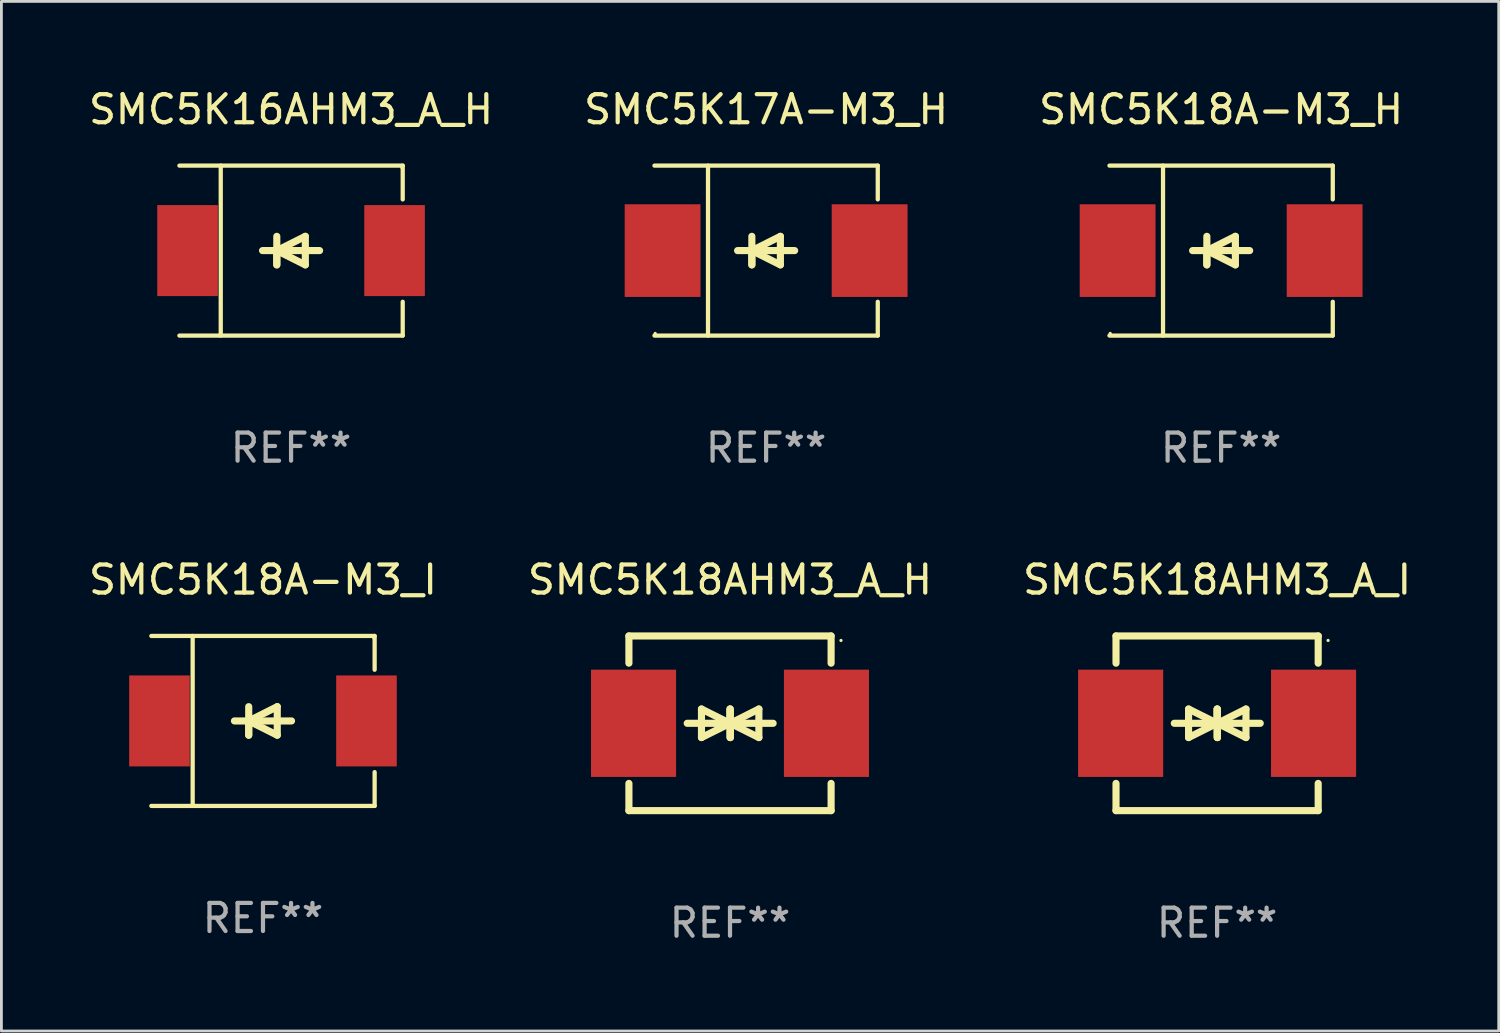
<source format=kicad_pcb>
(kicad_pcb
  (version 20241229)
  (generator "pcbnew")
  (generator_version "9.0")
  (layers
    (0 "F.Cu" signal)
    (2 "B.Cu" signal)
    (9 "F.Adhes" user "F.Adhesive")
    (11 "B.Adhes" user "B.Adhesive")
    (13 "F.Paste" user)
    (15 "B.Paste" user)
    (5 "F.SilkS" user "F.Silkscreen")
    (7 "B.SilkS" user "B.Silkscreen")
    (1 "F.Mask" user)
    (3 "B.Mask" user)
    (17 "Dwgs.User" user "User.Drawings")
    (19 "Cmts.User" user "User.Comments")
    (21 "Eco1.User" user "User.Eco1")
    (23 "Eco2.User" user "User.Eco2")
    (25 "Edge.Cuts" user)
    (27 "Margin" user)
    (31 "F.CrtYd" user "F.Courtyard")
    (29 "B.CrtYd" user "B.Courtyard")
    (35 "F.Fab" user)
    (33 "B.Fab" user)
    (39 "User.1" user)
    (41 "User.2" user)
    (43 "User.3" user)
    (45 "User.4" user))
  (footprint "SMC5K16AHM3_A_H"
    (layer "F.Cu")
    (at 7.315 5.874)
    (property "Reference" "SMC5K16AHM3_A_H" (at 0 -5.026 0) (layer "F.SilkS") (effects (font (size 1 1) (thickness 0.15))))
    (attr through_hole)
    (fp_line (start -3.976 -3.026) (end 3.976 -3.026) (stroke (width 0.152) (type solid)) (layer "F.SilkS"))
    (fp_line (start -3.976 3.026) (end 3.976 3.026) (stroke (width 0.152) (type solid)) (layer "F.SilkS"))
    (fp_line (start -2.504 -3.026) (end -2.504 3.026) (stroke (width 0.152) (type solid)) (layer "F.SilkS"))
    (fp_line (start -0.508 0) (end -0.508 0.508) (stroke (width 0.254) (type solid)) (layer "F.SilkS"))
    (fp_line (start -0.508 0) (end 0.508 0.508) (stroke (width 0.254) (type solid)) (layer "F.SilkS"))
    (fp_line (start -0.508 0.508) (end -0.508 -0.508) (stroke (width 0.254) (type solid)) (layer "F.SilkS"))
    (fp_line (start 0.508 -0.508) (end -0.508 0) (stroke (width 0.254) (type solid)) (layer "F.SilkS"))
    (fp_line (start 0.508 0.508) (end 0.508 -0.508) (stroke (width 0.254) (type solid)) (layer "F.SilkS"))
    (fp_line (start 1.016 0) (end -1.016 0) (stroke (width 0.254) (type solid)) (layer "F.SilkS"))
    (fp_line (start 3.976 -3.026) (end 3.976 -1.823) (stroke (width 0.152) (type solid)) (layer "F.SilkS"))
    (fp_line (start 3.976 3.026) (end 3.976 1.823) (stroke (width 0.152) (type solid)) (layer "F.SilkS"))
    (fp_circle (center 3.95 -2.95) (end 3.98 -2.95) (stroke (width 0.06) (type solid)) (fill no) (layer "F.SilkS"))
    (fp_text user "REF**" (at 0 7.026 0) (layer "F.Fab") (effects (font (size 1 1) (thickness 0.15))))
    (pad "1" smd rect (at 3.686 0 180) (size 2.158 3.24) (layers "F.Cu" "F.Mask" "F.Paste"))
    (pad "2" smd rect (at -3.686 0 180) (size 2.158 3.24) (layers "F.Cu" "F.Mask" "F.Paste")))
  (footprint "SMC5K18AHM3_A_I"
    (layer "F.Cu")
    (at 40.292 22.707)
    (property "Reference" "SMC5K18AHM3_A_I" (at 0 -5.11 0) (layer "F.SilkS") (effects (font (size 1 1) (thickness 0.15))))
    (attr through_hole)
    (fp_line (start -3.6 -2.141) (end -3.6 -3.11) (stroke (width 0.254) (type solid)) (layer "F.SilkS"))
    (fp_line (start -3.6 3.11) (end -3.6 2.141) (stroke (width 0.254) (type solid)) (layer "F.SilkS"))
    (fp_line (start -1.524 0) (end 0.508 0) (stroke (width 0.254) (type solid)) (layer "F.SilkS"))
    (fp_line (start -1.016 -0.508) (end -1.016 0.508) (stroke (width 0.254) (type solid)) (layer "F.SilkS"))
    (fp_line (start -1.016 0.508) (end 0 0) (stroke (width 0.254) (type solid)) (layer "F.SilkS"))
    (fp_line (start 0 -0.508) (end 0 0.508) (stroke (width 0.254) (type solid)) (layer "F.SilkS"))
    (fp_line (start 0 0) (end -1.016 -0.508) (stroke (width 0.254) (type solid)) (layer "F.SilkS"))
    (fp_line (start 0 0) (end 0 -0.508) (stroke (width 0.254) (type solid)) (layer "F.SilkS"))
    (fp_line (start 0.012 0) (end 0.012 0.508) (stroke (width 0.254) (type solid)) (layer "F.SilkS"))
    (fp_line (start 0.012 0) (end 1.028 0.508) (stroke (width 0.254) (type solid)) (layer "F.SilkS"))
    (fp_line (start 0.012 0.508) (end 0.012 -0.508) (stroke (width 0.254) (type solid)) (layer "F.SilkS"))
    (fp_line (start 1.028 -0.508) (end 0.012 0) (stroke (width 0.254) (type solid)) (layer "F.SilkS"))
    (fp_line (start 1.028 0.508) (end 1.028 -0.508) (stroke (width 0.254) (type solid)) (layer "F.SilkS"))
    (fp_line (start 1.536 0) (end -0.496 0) (stroke (width 0.254) (type solid)) (layer "F.SilkS"))
    (fp_line (start 3.6 -3.11) (end -3.6 -3.11) (stroke (width 0.254) (type solid)) (layer "F.SilkS"))
    (fp_line (start 3.6 -2.141) (end 3.6 -3.11) (stroke (width 0.254) (type solid)) (layer "F.SilkS"))
    (fp_line (start 3.6 3.11) (end -3.6 3.11) (stroke (width 0.254) (type solid)) (layer "F.SilkS"))
    (fp_line (start 3.6 3.11) (end 3.6 2.141) (stroke (width 0.254) (type solid)) (layer "F.SilkS"))
    (fp_circle (center 3.952 -2.95) (end 3.982 -2.95) (stroke (width 0.06) (type solid)) (fill no) (layer "F.SilkS"))
    (fp_text user "REF**" (at 0 7.11 0) (layer "F.Fab") (effects (font (size 1 1) (thickness 0.15))))
    (pad "1" smd rect (at 3.435 0) (size 3.03 3.82) (layers "F.Cu" "F.Mask" "F.Paste"))
    (pad "2" smd rect (at -3.435 0) (size 3.03 3.82) (layers "F.Cu" "F.Mask" "F.Paste")))
  (footprint "SMC5K17A-M3_H"
    (layer "F.Cu")
    (at 24.232 5.874)
    (property "Reference" "SMC5K17A-M3_H" (at 0 -5.026 0) (layer "F.SilkS") (effects (font (size 1 1) (thickness 0.15))))
    (attr through_hole)
    (fp_line (start -3.976 -3.026) (end 3.976 -3.026) (stroke (width 0.152) (type solid)) (layer "F.SilkS"))
    (fp_line (start -3.976 3.026) (end 3.976 3.026) (stroke (width 0.152) (type solid)) (layer "F.SilkS"))
    (fp_line (start -2.069 -3.026) (end -2.069 3.026) (stroke (width 0.152) (type solid)) (layer "F.SilkS"))
    (fp_line (start -0.508 0) (end -0.508 0.508) (stroke (width 0.254) (type solid)) (layer "F.SilkS"))
    (fp_line (start -0.508 0) (end 0.508 0.508) (stroke (width 0.254) (type solid)) (layer "F.SilkS"))
    (fp_line (start -0.508 0.508) (end -0.508 -0.508) (stroke (width 0.254) (type solid)) (layer "F.SilkS"))
    (fp_line (start 0.508 -0.508) (end -0.508 0) (stroke (width 0.254) (type solid)) (layer "F.SilkS"))
    (fp_line (start 0.508 0.508) (end 0.508 -0.508) (stroke (width 0.254) (type solid)) (layer "F.SilkS"))
    (fp_line (start 1.016 0) (end -1.016 0) (stroke (width 0.254) (type solid)) (layer "F.SilkS"))
    (fp_line (start 3.976 -3.026) (end 3.976 -1.823) (stroke (width 0.152) (type solid)) (layer "F.SilkS"))
    (fp_line (start 3.976 3.026) (end 3.976 1.823) (stroke (width 0.152) (type solid)) (layer "F.SilkS"))
    (fp_circle (center -3.95 2.95) (end -3.92 2.95) (stroke (width 0.06) (type solid)) (fill no) (layer "F.SilkS"))
    (fp_text user "REF**" (at 0 7.026 0) (layer "F.Fab") (effects (font (size 1 1) (thickness 0.15))))
    (pad "1" smd rect (at -3.686 0) (size 2.7 3.3) (layers "F.Cu" "F.Mask" "F.Paste"))
    (pad "2" smd rect (at 3.686 0) (size 2.7 3.3) (layers "F.Cu" "F.Mask" "F.Paste")))
  (footprint "SMC5K18A-M3_H"
    (layer "F.Cu")
    (at 40.435 5.874)
    (property "Reference" "SMC5K18A-M3_H" (at 0 -5.026 0) (layer "F.SilkS") (effects (font (size 1 1) (thickness 0.15))))
    (attr through_hole)
    (fp_line (start -3.976 -3.026) (end 3.976 -3.026) (stroke (width 0.152) (type solid)) (layer "F.SilkS"))
    (fp_line (start -3.976 3.026) (end 3.976 3.026) (stroke (width 0.152) (type solid)) (layer "F.SilkS"))
    (fp_line (start -2.069 -3.026) (end -2.069 3.026) (stroke (width 0.152) (type solid)) (layer "F.SilkS"))
    (fp_line (start -0.508 0) (end -0.508 0.508) (stroke (width 0.254) (type solid)) (layer "F.SilkS"))
    (fp_line (start -0.508 0) (end 0.508 0.508) (stroke (width 0.254) (type solid)) (layer "F.SilkS"))
    (fp_line (start -0.508 0.508) (end -0.508 -0.508) (stroke (width 0.254) (type solid)) (layer "F.SilkS"))
    (fp_line (start 0.508 -0.508) (end -0.508 0) (stroke (width 0.254) (type solid)) (layer "F.SilkS"))
    (fp_line (start 0.508 0.508) (end 0.508 -0.508) (stroke (width 0.254) (type solid)) (layer "F.SilkS"))
    (fp_line (start 1.016 0) (end -1.016 0) (stroke (width 0.254) (type solid)) (layer "F.SilkS"))
    (fp_line (start 3.976 -3.026) (end 3.976 -1.823) (stroke (width 0.152) (type solid)) (layer "F.SilkS"))
    (fp_line (start 3.976 3.026) (end 3.976 1.823) (stroke (width 0.152) (type solid)) (layer "F.SilkS"))
    (fp_circle (center -3.95 2.95) (end -3.92 2.95) (stroke (width 0.06) (type solid)) (fill no) (layer "F.SilkS"))
    (fp_text user "REF**" (at 0 7.026 0) (layer "F.Fab") (effects (font (size 1 1) (thickness 0.15))))
    (pad "1" smd rect (at -3.686 0) (size 2.7 3.3) (layers "F.Cu" "F.Mask" "F.Paste"))
    (pad "2" smd rect (at 3.686 0) (size 2.7 3.3) (layers "F.Cu" "F.Mask" "F.Paste")))
  (footprint "SMC5K18AHM3_A_H"
    (layer "F.Cu")
    (at 22.946 22.707)
    (property "Reference" "SMC5K18AHM3_A_H" (at 0 -5.11 0) (layer "F.SilkS") (effects (font (size 1 1) (thickness 0.15))))
    (attr through_hole)
    (fp_line (start -3.6 -2.141) (end -3.6 -3.11) (stroke (width 0.254) (type solid)) (layer "F.SilkS"))
    (fp_line (start -3.6 3.11) (end -3.6 2.141) (stroke (width 0.254) (type solid)) (layer "F.SilkS"))
    (fp_line (start -1.524 0) (end 0.508 0) (stroke (width 0.254) (type solid)) (layer "F.SilkS"))
    (fp_line (start -1.016 -0.508) (end -1.016 0.508) (stroke (width 0.254) (type solid)) (layer "F.SilkS"))
    (fp_line (start -1.016 0.508) (end 0 0) (stroke (width 0.254) (type solid)) (layer "F.SilkS"))
    (fp_line (start 0 -0.508) (end 0 0.508) (stroke (width 0.254) (type solid)) (layer "F.SilkS"))
    (fp_line (start 0 0) (end -1.016 -0.508) (stroke (width 0.254) (type solid)) (layer "F.SilkS"))
    (fp_line (start 0 0) (end 0 -0.508) (stroke (width 0.254) (type solid)) (layer "F.SilkS"))
    (fp_line (start 0.012 0) (end 0.012 0.508) (stroke (width 0.254) (type solid)) (layer "F.SilkS"))
    (fp_line (start 0.012 0) (end 1.028 0.508) (stroke (width 0.254) (type solid)) (layer "F.SilkS"))
    (fp_line (start 0.012 0.508) (end 0.012 -0.508) (stroke (width 0.254) (type solid)) (layer "F.SilkS"))
    (fp_line (start 1.028 -0.508) (end 0.012 0) (stroke (width 0.254) (type solid)) (layer "F.SilkS"))
    (fp_line (start 1.028 0.508) (end 1.028 -0.508) (stroke (width 0.254) (type solid)) (layer "F.SilkS"))
    (fp_line (start 1.536 0) (end -0.496 0) (stroke (width 0.254) (type solid)) (layer "F.SilkS"))
    (fp_line (start 3.6 -3.11) (end -3.6 -3.11) (stroke (width 0.254) (type solid)) (layer "F.SilkS"))
    (fp_line (start 3.6 -2.141) (end 3.6 -3.11) (stroke (width 0.254) (type solid)) (layer "F.SilkS"))
    (fp_line (start 3.6 3.11) (end -3.6 3.11) (stroke (width 0.254) (type solid)) (layer "F.SilkS"))
    (fp_line (start 3.6 3.11) (end 3.6 2.141) (stroke (width 0.254) (type solid)) (layer "F.SilkS"))
    (fp_circle (center 3.952 -2.95) (end 3.982 -2.95) (stroke (width 0.06) (type solid)) (fill no) (layer "F.SilkS"))
    (fp_text user "REF**" (at 0 7.11 0) (layer "F.Fab") (effects (font (size 1 1) (thickness 0.15))))
    (pad "1" smd rect (at 3.435 0) (size 3.03 3.82) (layers "F.Cu" "F.Mask" "F.Paste"))
    (pad "2" smd rect (at -3.435 0) (size 3.03 3.82) (layers "F.Cu" "F.Mask" "F.Paste")))
  (footprint "SMC5K18A-M3_I"
    (layer "F.Cu")
    (at 6.315 22.623)
    (property "Reference" "SMC5K18A-M3_I" (at 0 -5.026 0) (layer "F.SilkS") (effects (font (size 1 1) (thickness 0.15))))
    (attr through_hole)
    (fp_line (start -3.976 -3.026) (end 3.976 -3.026) (stroke (width 0.152) (type solid)) (layer "F.SilkS"))
    (fp_line (start -3.976 3.026) (end 3.976 3.026) (stroke (width 0.152) (type solid)) (layer "F.SilkS"))
    (fp_line (start -2.504 -3.026) (end -2.504 3.026) (stroke (width 0.152) (type solid)) (layer "F.SilkS"))
    (fp_line (start -0.508 0) (end -0.508 0.508) (stroke (width 0.254) (type solid)) (layer "F.SilkS"))
    (fp_line (start -0.508 0) (end 0.508 0.508) (stroke (width 0.254) (type solid)) (layer "F.SilkS"))
    (fp_line (start -0.508 0.508) (end -0.508 -0.508) (stroke (width 0.254) (type solid)) (layer "F.SilkS"))
    (fp_line (start 0.508 -0.508) (end -0.508 0) (stroke (width 0.254) (type solid)) (layer "F.SilkS"))
    (fp_line (start 0.508 0.508) (end 0.508 -0.508) (stroke (width 0.254) (type solid)) (layer "F.SilkS"))
    (fp_line (start 1.016 0) (end -1.016 0) (stroke (width 0.254) (type solid)) (layer "F.SilkS"))
    (fp_line (start 3.976 -3.026) (end 3.976 -1.823) (stroke (width 0.152) (type solid)) (layer "F.SilkS"))
    (fp_line (start 3.976 3.026) (end 3.976 1.823) (stroke (width 0.152) (type solid)) (layer "F.SilkS"))
    (fp_circle (center 3.95 -2.95) (end 3.98 -2.95) (stroke (width 0.06) (type solid)) (fill no) (layer "F.SilkS"))
    (fp_text user "REF**" (at 0 7.026 0) (layer "F.Fab") (effects (font (size 1 1) (thickness 0.15))))
    (pad "1" smd rect (at 3.686 0 180) (size 2.158 3.24) (layers "F.Cu" "F.Mask" "F.Paste"))
    (pad "2" smd rect (at -3.686 0 180) (size 2.158 3.24) (layers "F.Cu" "F.Mask" "F.Paste")))
  (gr_rect
    (start -3 -3)
    (end 50.321 33.665)
    (stroke (width 0.1) (type default))
    (fill no)
    (layer "Edge.Cuts")))
</source>
